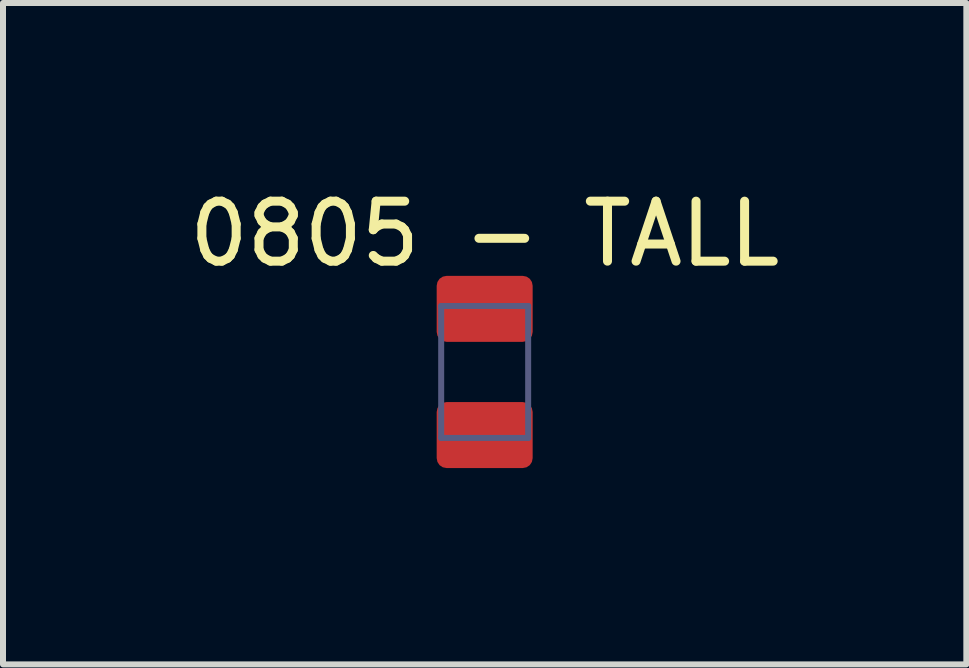
<source format=kicad_pcb>
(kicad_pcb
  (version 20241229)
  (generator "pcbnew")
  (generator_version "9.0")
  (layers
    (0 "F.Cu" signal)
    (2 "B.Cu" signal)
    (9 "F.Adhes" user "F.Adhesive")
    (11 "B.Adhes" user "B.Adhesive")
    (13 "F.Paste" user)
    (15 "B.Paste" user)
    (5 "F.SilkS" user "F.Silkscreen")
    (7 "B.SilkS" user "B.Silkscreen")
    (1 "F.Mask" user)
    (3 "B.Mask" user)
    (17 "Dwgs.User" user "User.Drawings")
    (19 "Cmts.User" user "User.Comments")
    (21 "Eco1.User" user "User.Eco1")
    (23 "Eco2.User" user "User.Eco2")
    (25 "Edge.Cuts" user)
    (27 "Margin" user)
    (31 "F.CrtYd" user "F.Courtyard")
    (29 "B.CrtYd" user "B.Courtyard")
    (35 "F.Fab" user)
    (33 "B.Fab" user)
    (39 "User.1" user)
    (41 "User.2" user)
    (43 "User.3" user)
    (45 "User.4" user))
  (footprint "0805 - TALL"
    (layer "F.Cu")
    (at 5.03 3.151)
    (property "Reference" "0805 - TALL" (at 0 -2.302 0) (unlocked yes) (layer "F.SilkS") (effects (font (size 1 1) (thickness 0.15))))
    (fp_line (start -1.05 -1.825) (end 1.05 -1.825) (stroke (width 0.1) (type solid)) (layer "Eco2.User"))
    (fp_line (start -1.05 -1.825) (end 1.05 -1.825) (stroke (width 0.1) (type solid)) (layer "Eco2.User"))
    (fp_line (start -1.05 1.825) (end -1.05 -1.825) (stroke (width 0.1) (type solid)) (layer "Eco2.User"))
    (fp_line (start -1.05 1.825) (end -1.05 -1.825) (stroke (width 0.1) (type solid)) (layer "Eco2.User"))
    (fp_line (start -1.05 1.825) (end 1.05 1.825) (stroke (width 0.1) (type solid)) (layer "Eco2.User"))
    (fp_line (start -1.05 1.825) (end 1.05 1.825) (stroke (width 0.1) (type solid)) (layer "Eco2.User"))
    (fp_line (start -0.5 0) (end 0.5 0) (stroke (width 0.1) (type solid)) (layer "Eco2.User"))
    (fp_line (start 0 0.5) (end 0 -0.5) (stroke (width 0.1) (type solid)) (layer "Eco2.User"))
    (fp_line (start 1.05 1.825) (end 1.05 -1.825) (stroke (width 0.1) (type solid)) (layer "Eco2.User"))
    (fp_line (start 1.05 1.825) (end 1.05 -1.825) (stroke (width 0.1) (type solid)) (layer "Eco2.User"))
    (fp_line (start -0.725 -1.1) (end 0.725 -1.1) (stroke (width 0.1) (type solid)) (layer "B.Fab"))
    (fp_line (start -0.725 1.1) (end -0.725 -1.1) (stroke (width 0.1) (type solid)) (layer "B.Fab"))
    (fp_line (start -0.725 1.1) (end 0.725 1.1) (stroke (width 0.1) (type solid)) (layer "B.Fab"))
    (fp_line (start 0.725 1.1) (end 0.725 -1.1) (stroke (width 0.1) (type solid)) (layer "B.Fab"))
    (fp_text user "${REFERENCE}" (at 0.2 1.6 90) (unlocked yes) (layer "Eco2.User") (effects (font (face "Avenir LT 45 Book") (size 0.45 0.45) (thickness 0.254)) (justify left bottom)))
    (pad "1" smd roundrect (at 0 -1.052) (size 1.6 1.1) (layers "F.Cu" "F.Mask" "F.Paste") (roundrect_rratio 0.15))
    (pad "2" smd roundrect (at 0 1.052) (size 1.6 1.1) (layers "F.Cu" "F.Mask" "F.Paste") (roundrect_rratio 0.15)))
  (gr_rect
    (start -3 -3)
    (end 13.06 8.026)
    (stroke (width 0.1) (type default))
    (fill no)
    (layer "Edge.Cuts")))
</source>
